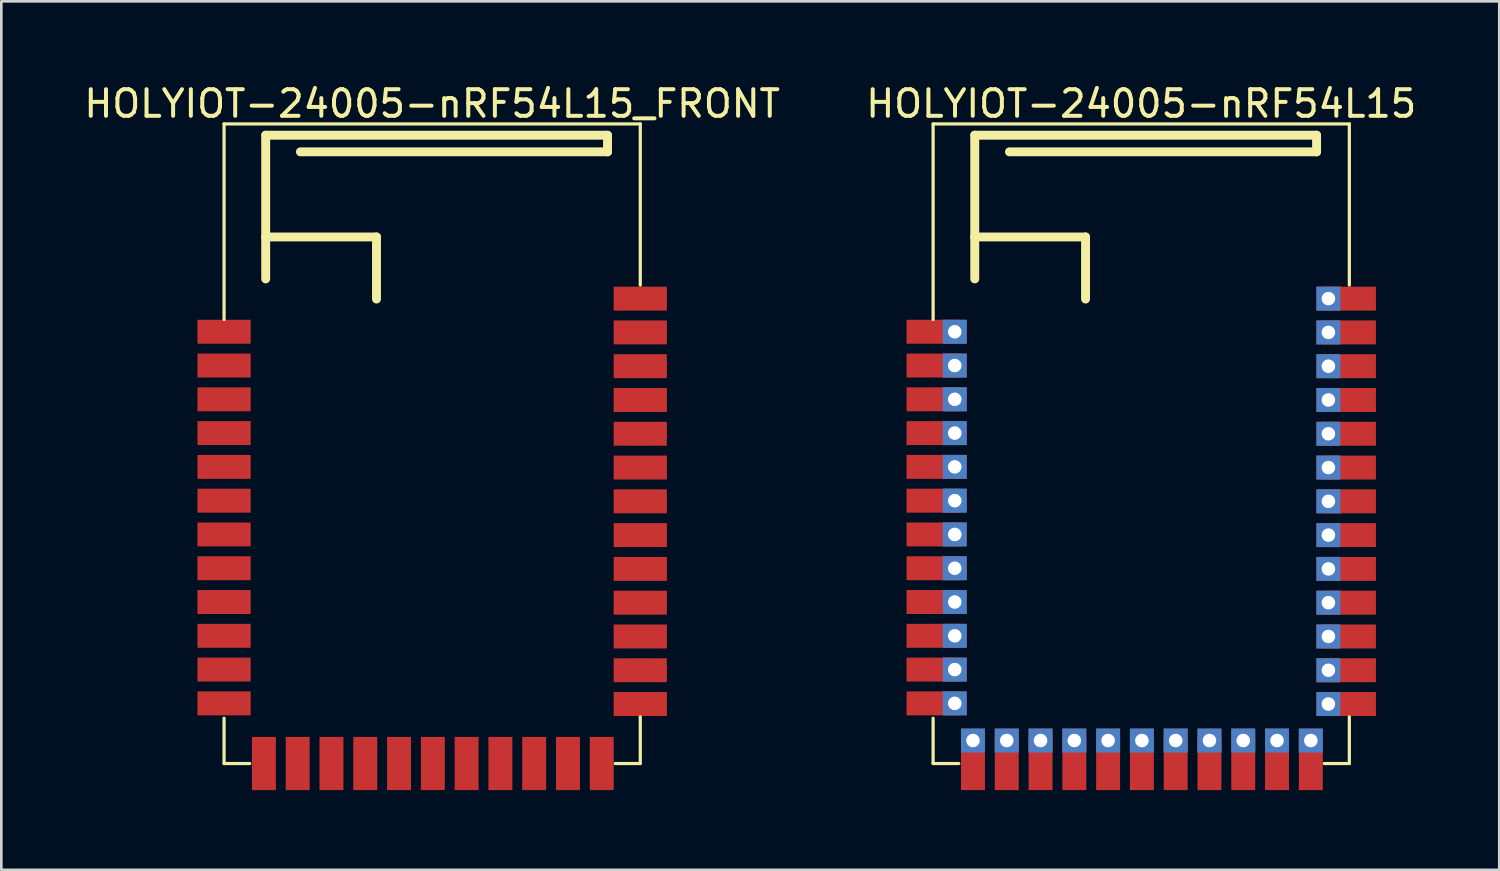
<source format=kicad_pcb>
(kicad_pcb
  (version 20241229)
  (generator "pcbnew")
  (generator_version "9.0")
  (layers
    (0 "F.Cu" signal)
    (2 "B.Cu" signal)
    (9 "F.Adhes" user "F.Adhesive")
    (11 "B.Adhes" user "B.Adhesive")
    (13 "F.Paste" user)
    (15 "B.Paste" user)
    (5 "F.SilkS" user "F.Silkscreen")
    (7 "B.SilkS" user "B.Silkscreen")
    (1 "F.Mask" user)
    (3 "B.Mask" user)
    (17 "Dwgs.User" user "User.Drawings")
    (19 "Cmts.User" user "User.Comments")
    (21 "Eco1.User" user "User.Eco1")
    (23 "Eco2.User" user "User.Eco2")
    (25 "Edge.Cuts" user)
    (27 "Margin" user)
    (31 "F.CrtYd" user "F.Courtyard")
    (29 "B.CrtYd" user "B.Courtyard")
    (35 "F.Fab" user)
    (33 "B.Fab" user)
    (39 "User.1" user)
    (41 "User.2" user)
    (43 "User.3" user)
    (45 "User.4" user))
  (footprint "HOLYIOT-24005-nRF54L15"
    (layer "F.Cu")
    (at 39.851 16.914)
    (property "Reference" "HOLYIOT-24005-nRF54L15" (at 0 -16.066 0) (layer "F.SilkS") (effects (font (size 1 1) (thickness 0.15))))
    (attr smd)
    (fp_line (start -7.823 -15.306) (end 7.823 -15.306) (stroke (width 0.12) (type solid)) (layer "F.SilkS"))
    (fp_line (start -7.823 -7.95) (end -7.823 -15.306) (stroke (width 0.12) (type solid)) (layer "F.SilkS"))
    (fp_line (start -7.823 8.738) (end -7.823 7.036) (stroke (width 0.12) (type solid)) (layer "F.SilkS"))
    (fp_line (start -7.823 8.738) (end -6.858 8.738) (stroke (width 0.12) (type solid)) (layer "F.SilkS"))
    (fp_line (start -6.258 -14.881) (end 6.592 -14.881) (stroke (width 0.335) (type solid)) (layer "F.SilkS"))
    (fp_line (start -6.258 -11.056) (end -6.258 -14.881) (stroke (width 0.335) (type solid)) (layer "F.SilkS"))
    (fp_line (start -6.258 -11.056) (end -2.093 -11.056) (stroke (width 0.335) (type solid)) (layer "F.SilkS"))
    (fp_line (start -6.258 -9.479) (end -6.258 -11.056) (stroke (width 0.335) (type solid)) (layer "F.SilkS"))
    (fp_line (start -4.953 -14.256) (end 6.592 -14.256) (stroke (width 0.335) (type solid)) (layer "F.SilkS"))
    (fp_line (start -2.093 -8.722) (end -2.093 -11.056) (stroke (width 0.335) (type solid)) (layer "F.SilkS"))
    (fp_line (start 6.592 -14.256) (end 6.592 -14.881) (stroke (width 0.335) (type solid)) (layer "F.SilkS"))
    (fp_line (start 6.883 8.738) (end 7.823 8.738) (stroke (width 0.12) (type solid)) (layer "F.SilkS"))
    (fp_line (start 7.823 -9.246) (end 7.823 -15.306) (stroke (width 0.12) (type solid)) (layer "F.SilkS"))
    (fp_line (start 7.823 8.738) (end 7.823 6.985) (stroke (width 0.12) (type solid)) (layer "F.SilkS"))
    (pad "1" smd rect (at -7.823 -7.493 270) (size 0.9 2) (layers "F.Cu" "F.Mask" "F.Paste"))
    (pad "1" thru_hole rect (at -7.01 -7.493 270) (size 0.9 0.9) (drill 0.508) (layers "*.Cu" "*.Mask"))
    (pad "2" smd rect (at -7.823 -6.223 270) (size 0.9 2) (layers "F.Cu" "F.Mask" "F.Paste"))
    (pad "2" thru_hole rect (at -7.01 -6.223 270) (size 0.9 0.9) (drill 0.508) (layers "*.Cu" "*.Mask"))
    (pad "3" smd rect (at -7.823 -4.953 270) (size 0.9 2) (layers "F.Cu" "F.Mask" "F.Paste"))
    (pad "3" thru_hole rect (at -7.01 -4.953 270) (size 0.9 0.9) (drill 0.508) (layers "*.Cu" "*.Mask"))
    (pad "4" smd rect (at -7.823 -3.683 270) (size 0.9 2) (layers "F.Cu" "F.Mask" "F.Paste"))
    (pad "4" thru_hole rect (at -7.01 -3.683 270) (size 0.9 0.9) (drill 0.508) (layers "*.Cu" "*.Mask"))
    (pad "5" smd rect (at -7.823 -2.413 270) (size 0.9 2) (layers "F.Cu" "F.Mask" "F.Paste"))
    (pad "5" thru_hole rect (at -7.01 -2.413 270) (size 0.9 0.9) (drill 0.508) (layers "*.Cu" "*.Mask"))
    (pad "6" smd rect (at -7.823 -1.143 270) (size 0.9 2) (layers "F.Cu" "F.Mask" "F.Paste"))
    (pad "6" thru_hole rect (at -7.01 -1.143 270) (size 0.9 0.9) (drill 0.508) (layers "*.Cu" "*.Mask"))
    (pad "7" smd rect (at -7.823 0.127 270) (size 0.9 2) (layers "F.Cu" "F.Mask" "F.Paste"))
    (pad "7" thru_hole rect (at -7.01 0.127 270) (size 0.9 0.9) (drill 0.508) (layers "*.Cu" "*.Mask"))
    (pad "8" smd rect (at -7.823 1.397 270) (size 0.9 2) (layers "F.Cu" "F.Mask" "F.Paste"))
    (pad "8" thru_hole rect (at -7.01 1.397 270) (size 0.9 0.9) (drill 0.508) (layers "*.Cu" "*.Mask"))
    (pad "9" smd rect (at -7.823 2.667 270) (size 0.9 2) (layers "F.Cu" "F.Mask" "F.Paste"))
    (pad "9" thru_hole rect (at -7.01 2.667 270) (size 0.9 0.9) (drill 0.508) (layers "*.Cu" "*.Mask"))
    (pad "10" smd rect (at -7.823 3.937 270) (size 0.9 2) (layers "F.Cu" "F.Mask" "F.Paste"))
    (pad "10" thru_hole rect (at -7.01 3.937 270) (size 0.9 0.9) (drill 0.508) (layers "*.Cu" "*.Mask"))
    (pad "11" smd rect (at -7.823 5.207 270) (size 0.9 2) (layers "F.Cu" "F.Mask" "F.Paste"))
    (pad "11" thru_hole rect (at -7.01 5.207 270) (size 0.9 0.9) (drill 0.508) (layers "*.Cu" "*.Mask"))
    (pad "12" smd rect (at -7.823 6.477 270) (size 0.9 2) (layers "F.Cu" "F.Mask" "F.Paste"))
    (pad "12" thru_hole rect (at -7.01 6.477 270) (size 0.9 0.9) (drill 0.508) (layers "*.Cu" "*.Mask"))
    (pad "13" thru_hole rect (at -6.325 7.874) (size 0.9 0.9) (drill 0.508) (layers "*.Cu" "*.Mask"))
    (pad "13" smd rect (at -6.325 8.738) (size 0.9 2) (layers "F.Cu" "F.Mask" "F.Paste"))
    (pad "14" thru_hole rect (at -5.055 7.874) (size 0.9 0.9) (drill 0.508) (layers "*.Cu" "*.Mask"))
    (pad "14" smd rect (at -5.055 8.738) (size 0.9 2) (layers "F.Cu" "F.Mask" "F.Paste"))
    (pad "15" thru_hole rect (at -3.785 7.874) (size 0.9 0.9) (drill 0.508) (layers "*.Cu" "*.Mask"))
    (pad "15" smd rect (at -3.785 8.738) (size 0.9 2) (layers "F.Cu" "F.Mask" "F.Paste"))
    (pad "16" thru_hole rect (at -2.515 7.874) (size 0.9 0.9) (drill 0.508) (layers "*.Cu" "*.Mask"))
    (pad "16" smd rect (at -2.515 8.738) (size 0.9 2) (layers "F.Cu" "F.Mask" "F.Paste"))
    (pad "17" thru_hole rect (at -1.245 7.874) (size 0.9 0.9) (drill 0.508) (layers "*.Cu" "*.Mask"))
    (pad "17" smd rect (at -1.245 8.738) (size 0.9 2) (layers "F.Cu" "F.Mask" "F.Paste"))
    (pad "18" thru_hole rect (at 0.025 7.874) (size 0.9 0.9) (drill 0.508) (layers "*.Cu" "*.Mask"))
    (pad "18" smd rect (at 0.025 8.738) (size 0.9 2) (layers "F.Cu" "F.Mask" "F.Paste"))
    (pad "19" thru_hole rect (at 1.295 7.874) (size 0.9 0.9) (drill 0.508) (layers "*.Cu" "*.Mask"))
    (pad "19" smd rect (at 1.295 8.738) (size 0.9 2) (layers "F.Cu" "F.Mask" "F.Paste"))
    (pad "20" thru_hole rect (at 2.565 7.874) (size 0.9 0.9) (drill 0.508) (layers "*.Cu" "*.Mask"))
    (pad "20" smd rect (at 2.565 8.738) (size 0.9 2) (layers "F.Cu" "F.Mask" "F.Paste"))
    (pad "21" thru_hole rect (at 3.835 7.874) (size 0.9 0.9) (drill 0.508) (layers "*.Cu" "*.Mask"))
    (pad "21" smd rect (at 3.835 8.738) (size 0.9 2) (layers "F.Cu" "F.Mask" "F.Paste"))
    (pad "22" thru_hole rect (at 5.105 7.874) (size 0.9 0.9) (drill 0.508) (layers "*.Cu" "*.Mask"))
    (pad "22" smd rect (at 5.105 8.738) (size 0.9 2) (layers "F.Cu" "F.Mask" "F.Paste"))
    (pad "23" thru_hole rect (at 6.375 7.874) (size 0.9 0.9) (drill 0.508) (layers "*.Cu" "*.Mask"))
    (pad "23" smd rect (at 6.375 8.738) (size 0.9 2) (layers "F.Cu" "F.Mask" "F.Paste"))
    (pad "24" thru_hole rect (at 7.036 6.502 90) (size 0.9 0.9) (drill 0.508) (layers "*.Cu" "*.Mask"))
    (pad "24" smd rect (at 7.823 6.502 90) (size 0.9 2) (layers "F.Cu" "F.Mask" "F.Paste"))
    (pad "25" thru_hole rect (at 7.036 5.232 90) (size 0.9 0.9) (drill 0.508) (layers "*.Cu" "*.Mask"))
    (pad "25" smd rect (at 7.823 5.232 90) (size 0.9 2) (layers "F.Cu" "F.Mask" "F.Paste"))
    (pad "26" thru_hole rect (at 7.036 3.962 90) (size 0.9 0.9) (drill 0.508) (layers "*.Cu" "*.Mask"))
    (pad "26" smd rect (at 7.823 3.962 90) (size 0.9 2) (layers "F.Cu" "F.Mask" "F.Paste"))
    (pad "27" thru_hole rect (at 7.036 2.692 90) (size 0.9 0.9) (drill 0.508) (layers "*.Cu" "*.Mask"))
    (pad "27" smd rect (at 7.823 2.692 90) (size 0.9 2) (layers "F.Cu" "F.Mask" "F.Paste"))
    (pad "28" thru_hole rect (at 7.036 1.422 90) (size 0.9 0.9) (drill 0.508) (layers "*.Cu" "*.Mask"))
    (pad "28" smd rect (at 7.823 1.422 90) (size 0.9 2) (layers "F.Cu" "F.Mask" "F.Paste"))
    (pad "29" thru_hole rect (at 7.036 0.152 90) (size 0.9 0.9) (drill 0.508) (layers "*.Cu" "*.Mask"))
    (pad "29" smd rect (at 7.823 0.152 90) (size 0.9 2) (layers "F.Cu" "F.Mask" "F.Paste"))
    (pad "30" thru_hole rect (at 7.036 -1.118 90) (size 0.9 0.9) (drill 0.508) (layers "*.Cu" "*.Mask"))
    (pad "30" smd rect (at 7.823 -1.118 90) (size 0.9 2) (layers "F.Cu" "F.Mask" "F.Paste"))
    (pad "31" thru_hole rect (at 7.036 -2.388 90) (size 0.9 0.9) (drill 0.508) (layers "*.Cu" "*.Mask"))
    (pad "31" smd rect (at 7.823 -2.388 90) (size 0.9 2) (layers "F.Cu" "F.Mask" "F.Paste"))
    (pad "32" thru_hole rect (at 7.036 -3.658 90) (size 0.9 0.9) (drill 0.508) (layers "*.Cu" "*.Mask"))
    (pad "32" smd rect (at 7.823 -3.658 90) (size 0.9 2) (layers "F.Cu" "F.Mask" "F.Paste"))
    (pad "33" thru_hole rect (at 7.036 -4.928 90) (size 0.9 0.9) (drill 0.508) (layers "*.Cu" "*.Mask"))
    (pad "33" smd rect (at 7.823 -4.928 90) (size 0.9 2) (layers "F.Cu" "F.Mask" "F.Paste"))
    (pad "34" thru_hole rect (at 7.036 -6.198 90) (size 0.9 0.9) (drill 0.508) (layers "*.Cu" "*.Mask"))
    (pad "34" smd rect (at 7.823 -6.198 90) (size 0.9 2) (layers "F.Cu" "F.Mask" "F.Paste"))
    (pad "35" thru_hole rect (at 7.036 -7.468 90) (size 0.9 0.9) (drill 0.508) (layers "*.Cu" "*.Mask"))
    (pad "35" smd rect (at 7.823 -7.468 90) (size 0.9 2) (layers "F.Cu" "F.Mask" "F.Paste"))
    (pad "36" thru_hole rect (at 7.036 -8.738 90) (size 0.9 0.9) (drill 0.508) (layers "*.Cu" "*.Mask"))
    (pad "36" smd rect (at 7.823 -8.738 90) (size 0.9 2) (layers "F.Cu" "F.Mask" "F.Paste")))
  (footprint "HOLYIOT-24005-nRF54L15_FRONT"
    (layer "F.Cu")
    (at 13.196 16.914)
    (property "Reference" "HOLYIOT-24005-nRF54L15_FRONT" (at 0 -16.066 0) (layer "F.SilkS") (effects (font (size 1 1) (thickness 0.15))))
    (attr smd)
    (fp_line (start -7.823 -15.306) (end 7.823 -15.306) (stroke (width 0.12) (type solid)) (layer "F.SilkS"))
    (fp_line (start -7.823 -7.95) (end -7.823 -15.306) (stroke (width 0.12) (type solid)) (layer "F.SilkS"))
    (fp_line (start -7.823 8.738) (end -7.823 7.036) (stroke (width 0.12) (type solid)) (layer "F.SilkS"))
    (fp_line (start -7.823 8.738) (end -6.858 8.738) (stroke (width 0.12) (type solid)) (layer "F.SilkS"))
    (fp_line (start -6.258 -14.881) (end 6.592 -14.881) (stroke (width 0.335) (type solid)) (layer "F.SilkS"))
    (fp_line (start -6.258 -11.056) (end -6.258 -14.881) (stroke (width 0.335) (type solid)) (layer "F.SilkS"))
    (fp_line (start -6.258 -11.056) (end -2.093 -11.056) (stroke (width 0.335) (type solid)) (layer "F.SilkS"))
    (fp_line (start -6.258 -9.479) (end -6.258 -11.056) (stroke (width 0.335) (type solid)) (layer "F.SilkS"))
    (fp_line (start -4.953 -14.256) (end 6.592 -14.256) (stroke (width 0.335) (type solid)) (layer "F.SilkS"))
    (fp_line (start -2.093 -8.722) (end -2.093 -11.056) (stroke (width 0.335) (type solid)) (layer "F.SilkS"))
    (fp_line (start 6.592 -14.256) (end 6.592 -14.881) (stroke (width 0.335) (type solid)) (layer "F.SilkS"))
    (fp_line (start 6.883 8.738) (end 7.823 8.738) (stroke (width 0.12) (type solid)) (layer "F.SilkS"))
    (fp_line (start 7.823 -9.246) (end 7.823 -15.306) (stroke (width 0.12) (type solid)) (layer "F.SilkS"))
    (fp_line (start 7.823 8.738) (end 7.823 6.985) (stroke (width 0.12) (type solid)) (layer "F.SilkS"))
    (pad "1" smd rect (at -7.823 -7.493 270) (size 0.9 2) (layers "F.Cu" "F.Mask" "F.Paste"))
    (pad "2" smd rect (at -7.823 -6.223 270) (size 0.9 2) (layers "F.Cu" "F.Mask" "F.Paste"))
    (pad "3" smd rect (at -7.823 -4.953 270) (size 0.9 2) (layers "F.Cu" "F.Mask" "F.Paste"))
    (pad "4" smd rect (at -7.823 -3.683 270) (size 0.9 2) (layers "F.Cu" "F.Mask" "F.Paste"))
    (pad "5" smd rect (at -7.823 -2.413 270) (size 0.9 2) (layers "F.Cu" "F.Mask" "F.Paste"))
    (pad "6" smd rect (at -7.823 -1.143 270) (size 0.9 2) (layers "F.Cu" "F.Mask" "F.Paste"))
    (pad "7" smd rect (at -7.823 0.127 270) (size 0.9 2) (layers "F.Cu" "F.Mask" "F.Paste"))
    (pad "8" smd rect (at -7.823 1.397 270) (size 0.9 2) (layers "F.Cu" "F.Mask" "F.Paste"))
    (pad "9" smd rect (at -7.823 2.667 270) (size 0.9 2) (layers "F.Cu" "F.Mask" "F.Paste"))
    (pad "10" smd rect (at -7.823 3.937 270) (size 0.9 2) (layers "F.Cu" "F.Mask" "F.Paste"))
    (pad "11" smd rect (at -7.823 5.207 270) (size 0.9 2) (layers "F.Cu" "F.Mask" "F.Paste"))
    (pad "12" smd rect (at -7.823 6.477 270) (size 0.9 2) (layers "F.Cu" "F.Mask" "F.Paste"))
    (pad "13" smd rect (at -6.325 8.738) (size 0.9 2) (layers "F.Cu" "F.Mask" "F.Paste"))
    (pad "14" smd rect (at -5.055 8.738) (size 0.9 2) (layers "F.Cu" "F.Mask" "F.Paste"))
    (pad "15" smd rect (at -3.785 8.738) (size 0.9 2) (layers "F.Cu" "F.Mask" "F.Paste"))
    (pad "16" smd rect (at -2.515 8.738) (size 0.9 2) (layers "F.Cu" "F.Mask" "F.Paste"))
    (pad "17" smd rect (at -1.245 8.738) (size 0.9 2) (layers "F.Cu" "F.Mask" "F.Paste"))
    (pad "18" smd rect (at 0.025 8.738) (size 0.9 2) (layers "F.Cu" "F.Mask" "F.Paste"))
    (pad "19" smd rect (at 1.295 8.738) (size 0.9 2) (layers "F.Cu" "F.Mask" "F.Paste"))
    (pad "20" smd rect (at 2.565 8.738) (size 0.9 2) (layers "F.Cu" "F.Mask" "F.Paste"))
    (pad "21" smd rect (at 3.835 8.738) (size 0.9 2) (layers "F.Cu" "F.Mask" "F.Paste"))
    (pad "22" smd rect (at 5.105 8.738) (size 0.9 2) (layers "F.Cu" "F.Mask" "F.Paste"))
    (pad "23" smd rect (at 6.375 8.738) (size 0.9 2) (layers "F.Cu" "F.Mask" "F.Paste"))
    (pad "24" smd rect (at 7.823 6.502 90) (size 0.9 2) (layers "F.Cu" "F.Mask" "F.Paste"))
    (pad "25" smd rect (at 7.823 5.232 90) (size 0.9 2) (layers "F.Cu" "F.Mask" "F.Paste"))
    (pad "26" smd rect (at 7.823 3.962 90) (size 0.9 2) (layers "F.Cu" "F.Mask" "F.Paste"))
    (pad "27" smd rect (at 7.823 2.692 90) (size 0.9 2) (layers "F.Cu" "F.Mask" "F.Paste"))
    (pad "28" smd rect (at 7.823 1.422 90) (size 0.9 2) (layers "F.Cu" "F.Mask" "F.Paste"))
    (pad "29" smd rect (at 7.823 0.152 90) (size 0.9 2) (layers "F.Cu" "F.Mask" "F.Paste"))
    (pad "30" smd rect (at 7.823 -1.118 90) (size 0.9 2) (layers "F.Cu" "F.Mask" "F.Paste"))
    (pad "31" smd rect (at 7.823 -2.388 90) (size 0.9 2) (layers "F.Cu" "F.Mask" "F.Paste"))
    (pad "32" smd rect (at 7.823 -3.658 90) (size 0.9 2) (layers "F.Cu" "F.Mask" "F.Paste"))
    (pad "33" smd rect (at 7.823 -4.928 90) (size 0.9 2) (layers "F.Cu" "F.Mask" "F.Paste"))
    (pad "34" smd rect (at 7.823 -6.198 90) (size 0.9 2) (layers "F.Cu" "F.Mask" "F.Paste"))
    (pad "35" smd rect (at 7.823 -7.468 90) (size 0.9 2) (layers "F.Cu" "F.Mask" "F.Paste"))
    (pad "36" smd rect (at 7.823 -8.738 90) (size 0.9 2) (layers "F.Cu" "F.Mask" "F.Paste")))
  (gr_rect
    (start -3 -3)
    (end 53.31 29.651)
    (stroke (width 0.1) (type default))
    (fill no)
    (layer "Edge.Cuts")))
</source>
